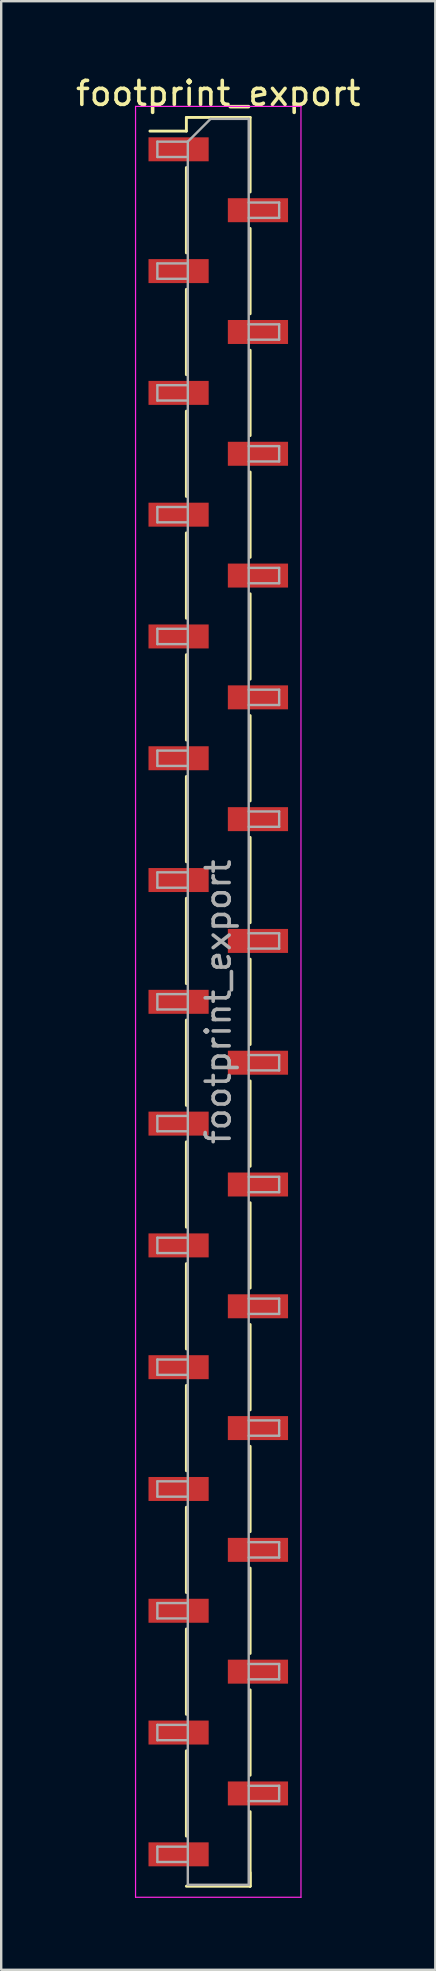
<source format=kicad_pcb>
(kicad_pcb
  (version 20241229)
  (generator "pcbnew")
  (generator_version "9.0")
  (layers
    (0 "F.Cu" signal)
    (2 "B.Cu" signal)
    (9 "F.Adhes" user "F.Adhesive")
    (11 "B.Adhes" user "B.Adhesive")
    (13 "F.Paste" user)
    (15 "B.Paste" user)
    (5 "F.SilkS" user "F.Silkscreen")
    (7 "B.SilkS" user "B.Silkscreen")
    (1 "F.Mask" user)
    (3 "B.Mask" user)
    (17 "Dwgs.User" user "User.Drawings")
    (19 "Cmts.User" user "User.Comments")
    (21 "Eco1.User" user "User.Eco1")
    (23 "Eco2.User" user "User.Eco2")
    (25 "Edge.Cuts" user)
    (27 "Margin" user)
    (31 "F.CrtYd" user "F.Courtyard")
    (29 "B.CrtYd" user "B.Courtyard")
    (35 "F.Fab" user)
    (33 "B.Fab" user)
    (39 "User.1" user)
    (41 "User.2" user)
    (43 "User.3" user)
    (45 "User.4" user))
  (footprint "footprint_export"
    (layer "F.Cu")
    (at 6.054 38.738)
    (property "Reference" "footprint_export" (at 0 -37.89 0) (layer "F.SilkS") (effects (font (size 1 1) (thickness 0.15))))
    (attr smd)
    (fp_line (start -1.33 -36.89) (end -1.33 -36.32) (stroke (width 0.12) (type solid)) (layer "F.SilkS"))
    (fp_line (start -1.33 -36.89) (end 1.33 -36.89) (stroke (width 0.12) (type solid)) (layer "F.SilkS"))
    (fp_line (start -1.33 -36.32) (end -2.85 -36.32) (stroke (width 0.12) (type solid)) (layer "F.SilkS"))
    (fp_line (start -1.33 -34.8) (end -1.33 -31.24) (stroke (width 0.12) (type solid)) (layer "F.SilkS"))
    (fp_line (start -1.33 -29.72) (end -1.33 -26.16) (stroke (width 0.12) (type solid)) (layer "F.SilkS"))
    (fp_line (start -1.33 -24.64) (end -1.33 -21.08) (stroke (width 0.12) (type solid)) (layer "F.SilkS"))
    (fp_line (start -1.33 -19.56) (end -1.33 -16) (stroke (width 0.12) (type solid)) (layer "F.SilkS"))
    (fp_line (start -1.33 -14.48) (end -1.33 -10.92) (stroke (width 0.12) (type solid)) (layer "F.SilkS"))
    (fp_line (start -1.33 -9.4) (end -1.33 -5.84) (stroke (width 0.12) (type solid)) (layer "F.SilkS"))
    (fp_line (start -1.33 -4.32) (end -1.33 -0.76) (stroke (width 0.12) (type solid)) (layer "F.SilkS"))
    (fp_line (start -1.33 0.76) (end -1.33 4.32) (stroke (width 0.12) (type solid)) (layer "F.SilkS"))
    (fp_line (start -1.33 5.84) (end -1.33 9.4) (stroke (width 0.12) (type solid)) (layer "F.SilkS"))
    (fp_line (start -1.33 10.92) (end -1.33 14.48) (stroke (width 0.12) (type solid)) (layer "F.SilkS"))
    (fp_line (start -1.33 16) (end -1.33 19.56) (stroke (width 0.12) (type solid)) (layer "F.SilkS"))
    (fp_line (start -1.33 21.08) (end -1.33 24.64) (stroke (width 0.12) (type solid)) (layer "F.SilkS"))
    (fp_line (start -1.33 26.16) (end -1.33 29.72) (stroke (width 0.12) (type solid)) (layer "F.SilkS"))
    (fp_line (start -1.33 31.24) (end -1.33 34.8) (stroke (width 0.12) (type solid)) (layer "F.SilkS"))
    (fp_line (start -1.33 36.89) (end 1.33 36.89) (stroke (width 0.12) (type solid)) (layer "F.SilkS"))
    (fp_line (start 1.33 -36.89) (end 1.33 -33.78) (stroke (width 0.12) (type solid)) (layer "F.SilkS"))
    (fp_line (start 1.33 -32.26) (end 1.33 -28.7) (stroke (width 0.12) (type solid)) (layer "F.SilkS"))
    (fp_line (start 1.33 -27.18) (end 1.33 -23.62) (stroke (width 0.12) (type solid)) (layer "F.SilkS"))
    (fp_line (start 1.33 -22.1) (end 1.33 -18.54) (stroke (width 0.12) (type solid)) (layer "F.SilkS"))
    (fp_line (start 1.33 -17.02) (end 1.33 -13.46) (stroke (width 0.12) (type solid)) (layer "F.SilkS"))
    (fp_line (start 1.33 -11.94) (end 1.33 -8.38) (stroke (width 0.12) (type solid)) (layer "F.SilkS"))
    (fp_line (start 1.33 -6.86) (end 1.33 -3.3) (stroke (width 0.12) (type solid)) (layer "F.SilkS"))
    (fp_line (start 1.33 -1.78) (end 1.33 1.78) (stroke (width 0.12) (type solid)) (layer "F.SilkS"))
    (fp_line (start 1.33 3.3) (end 1.33 6.86) (stroke (width 0.12) (type solid)) (layer "F.SilkS"))
    (fp_line (start 1.33 8.38) (end 1.33 11.94) (stroke (width 0.12) (type solid)) (layer "F.SilkS"))
    (fp_line (start 1.33 13.46) (end 1.33 17.02) (stroke (width 0.12) (type solid)) (layer "F.SilkS"))
    (fp_line (start 1.33 18.54) (end 1.33 22.1) (stroke (width 0.12) (type solid)) (layer "F.SilkS"))
    (fp_line (start 1.33 23.62) (end 1.33 27.18) (stroke (width 0.12) (type solid)) (layer "F.SilkS"))
    (fp_line (start 1.33 28.7) (end 1.33 32.26) (stroke (width 0.12) (type solid)) (layer "F.SilkS"))
    (fp_line (start 1.33 33.78) (end 1.33 36.89) (stroke (width 0.12) (type solid)) (layer "F.SilkS"))
    (fp_line (start 1.33 36.32) (end 1.33 36.89) (stroke (width 0.12) (type solid)) (layer "F.SilkS"))
    (fp_line (start -3.45 -37.35) (end -3.45 37.35) (stroke (width 0.05) (type solid)) (layer "F.CrtYd"))
    (fp_line (start -3.45 37.35) (end 3.45 37.35) (stroke (width 0.05) (type solid)) (layer "F.CrtYd"))
    (fp_line (start 3.45 -37.35) (end -3.45 -37.35) (stroke (width 0.05) (type solid)) (layer "F.CrtYd"))
    (fp_line (start 3.45 37.35) (end 3.45 -37.35) (stroke (width 0.05) (type solid)) (layer "F.CrtYd"))
    (fp_line (start -2.54 -35.88) (end -2.54 -35.24) (stroke (width 0.1) (type solid)) (layer "F.Fab"))
    (fp_line (start -2.54 -35.24) (end -1.27 -35.24) (stroke (width 0.1) (type solid)) (layer "F.Fab"))
    (fp_line (start -2.54 -30.8) (end -2.54 -30.16) (stroke (width 0.1) (type solid)) (layer "F.Fab"))
    (fp_line (start -2.54 -30.16) (end -1.27 -30.16) (stroke (width 0.1) (type solid)) (layer "F.Fab"))
    (fp_line (start -2.54 -25.72) (end -2.54 -25.08) (stroke (width 0.1) (type solid)) (layer "F.Fab"))
    (fp_line (start -2.54 -25.08) (end -1.27 -25.08) (stroke (width 0.1) (type solid)) (layer "F.Fab"))
    (fp_line (start -2.54 -20.64) (end -2.54 -20) (stroke (width 0.1) (type solid)) (layer "F.Fab"))
    (fp_line (start -2.54 -20) (end -1.27 -20) (stroke (width 0.1) (type solid)) (layer "F.Fab"))
    (fp_line (start -2.54 -15.56) (end -2.54 -14.92) (stroke (width 0.1) (type solid)) (layer "F.Fab"))
    (fp_line (start -2.54 -14.92) (end -1.27 -14.92) (stroke (width 0.1) (type solid)) (layer "F.Fab"))
    (fp_line (start -2.54 -10.48) (end -2.54 -9.84) (stroke (width 0.1) (type solid)) (layer "F.Fab"))
    (fp_line (start -2.54 -9.84) (end -1.27 -9.84) (stroke (width 0.1) (type solid)) (layer "F.Fab"))
    (fp_line (start -2.54 -5.4) (end -2.54 -4.76) (stroke (width 0.1) (type solid)) (layer "F.Fab"))
    (fp_line (start -2.54 -4.76) (end -1.27 -4.76) (stroke (width 0.1) (type solid)) (layer "F.Fab"))
    (fp_line (start -2.54 -0.32) (end -2.54 0.32) (stroke (width 0.1) (type solid)) (layer "F.Fab"))
    (fp_line (start -2.54 0.32) (end -1.27 0.32) (stroke (width 0.1) (type solid)) (layer "F.Fab"))
    (fp_line (start -2.54 4.76) (end -2.54 5.4) (stroke (width 0.1) (type solid)) (layer "F.Fab"))
    (fp_line (start -2.54 5.4) (end -1.27 5.4) (stroke (width 0.1) (type solid)) (layer "F.Fab"))
    (fp_line (start -2.54 9.84) (end -2.54 10.48) (stroke (width 0.1) (type solid)) (layer "F.Fab"))
    (fp_line (start -2.54 10.48) (end -1.27 10.48) (stroke (width 0.1) (type solid)) (layer "F.Fab"))
    (fp_line (start -2.54 14.92) (end -2.54 15.56) (stroke (width 0.1) (type solid)) (layer "F.Fab"))
    (fp_line (start -2.54 15.56) (end -1.27 15.56) (stroke (width 0.1) (type solid)) (layer "F.Fab"))
    (fp_line (start -2.54 20) (end -2.54 20.64) (stroke (width 0.1) (type solid)) (layer "F.Fab"))
    (fp_line (start -2.54 20.64) (end -1.27 20.64) (stroke (width 0.1) (type solid)) (layer "F.Fab"))
    (fp_line (start -2.54 25.08) (end -2.54 25.72) (stroke (width 0.1) (type solid)) (layer "F.Fab"))
    (fp_line (start -2.54 25.72) (end -1.27 25.72) (stroke (width 0.1) (type solid)) (layer "F.Fab"))
    (fp_line (start -2.54 30.16) (end -2.54 30.8) (stroke (width 0.1) (type solid)) (layer "F.Fab"))
    (fp_line (start -2.54 30.8) (end -1.27 30.8) (stroke (width 0.1) (type solid)) (layer "F.Fab"))
    (fp_line (start -2.54 35.24) (end -2.54 35.88) (stroke (width 0.1) (type solid)) (layer "F.Fab"))
    (fp_line (start -2.54 35.88) (end -1.27 35.88) (stroke (width 0.1) (type solid)) (layer "F.Fab"))
    (fp_line (start -1.27 -35.88) (end -2.54 -35.88) (stroke (width 0.1) (type solid)) (layer "F.Fab"))
    (fp_line (start -1.27 -35.88) (end -0.32 -36.83) (stroke (width 0.1) (type solid)) (layer "F.Fab"))
    (fp_line (start -1.27 -30.8) (end -2.54 -30.8) (stroke (width 0.1) (type solid)) (layer "F.Fab"))
    (fp_line (start -1.27 -25.72) (end -2.54 -25.72) (stroke (width 0.1) (type solid)) (layer "F.Fab"))
    (fp_line (start -1.27 -20.64) (end -2.54 -20.64) (stroke (width 0.1) (type solid)) (layer "F.Fab"))
    (fp_line (start -1.27 -15.56) (end -2.54 -15.56) (stroke (width 0.1) (type solid)) (layer "F.Fab"))
    (fp_line (start -1.27 -10.48) (end -2.54 -10.48) (stroke (width 0.1) (type solid)) (layer "F.Fab"))
    (fp_line (start -1.27 -5.4) (end -2.54 -5.4) (stroke (width 0.1) (type solid)) (layer "F.Fab"))
    (fp_line (start -1.27 -0.32) (end -2.54 -0.32) (stroke (width 0.1) (type solid)) (layer "F.Fab"))
    (fp_line (start -1.27 4.76) (end -2.54 4.76) (stroke (width 0.1) (type solid)) (layer "F.Fab"))
    (fp_line (start -1.27 9.84) (end -2.54 9.84) (stroke (width 0.1) (type solid)) (layer "F.Fab"))
    (fp_line (start -1.27 14.92) (end -2.54 14.92) (stroke (width 0.1) (type solid)) (layer "F.Fab"))
    (fp_line (start -1.27 20) (end -2.54 20) (stroke (width 0.1) (type solid)) (layer "F.Fab"))
    (fp_line (start -1.27 25.08) (end -2.54 25.08) (stroke (width 0.1) (type solid)) (layer "F.Fab"))
    (fp_line (start -1.27 30.16) (end -2.54 30.16) (stroke (width 0.1) (type solid)) (layer "F.Fab"))
    (fp_line (start -1.27 35.24) (end -2.54 35.24) (stroke (width 0.1) (type solid)) (layer "F.Fab"))
    (fp_line (start -1.27 36.83) (end -1.27 -35.88) (stroke (width 0.1) (type solid)) (layer "F.Fab"))
    (fp_line (start -0.32 -36.83) (end 1.27 -36.83) (stroke (width 0.1) (type solid)) (layer "F.Fab"))
    (fp_line (start 1.27 -36.83) (end 1.27 36.83) (stroke (width 0.1) (type solid)) (layer "F.Fab"))
    (fp_line (start 1.27 -33.34) (end 2.54 -33.34) (stroke (width 0.1) (type solid)) (layer "F.Fab"))
    (fp_line (start 1.27 -28.26) (end 2.54 -28.26) (stroke (width 0.1) (type solid)) (layer "F.Fab"))
    (fp_line (start 1.27 -23.18) (end 2.54 -23.18) (stroke (width 0.1) (type solid)) (layer "F.Fab"))
    (fp_line (start 1.27 -18.1) (end 2.54 -18.1) (stroke (width 0.1) (type solid)) (layer "F.Fab"))
    (fp_line (start 1.27 -13.02) (end 2.54 -13.02) (stroke (width 0.1) (type solid)) (layer "F.Fab"))
    (fp_line (start 1.27 -7.94) (end 2.54 -7.94) (stroke (width 0.1) (type solid)) (layer "F.Fab"))
    (fp_line (start 1.27 -2.86) (end 2.54 -2.86) (stroke (width 0.1) (type solid)) (layer "F.Fab"))
    (fp_line (start 1.27 2.22) (end 2.54 2.22) (stroke (width 0.1) (type solid)) (layer "F.Fab"))
    (fp_line (start 1.27 7.3) (end 2.54 7.3) (stroke (width 0.1) (type solid)) (layer "F.Fab"))
    (fp_line (start 1.27 12.38) (end 2.54 12.38) (stroke (width 0.1) (type solid)) (layer "F.Fab"))
    (fp_line (start 1.27 17.46) (end 2.54 17.46) (stroke (width 0.1) (type solid)) (layer "F.Fab"))
    (fp_line (start 1.27 22.54) (end 2.54 22.54) (stroke (width 0.1) (type solid)) (layer "F.Fab"))
    (fp_line (start 1.27 27.62) (end 2.54 27.62) (stroke (width 0.1) (type solid)) (layer "F.Fab"))
    (fp_line (start 1.27 32.7) (end 2.54 32.7) (stroke (width 0.1) (type solid)) (layer "F.Fab"))
    (fp_line (start 1.27 36.83) (end -1.27 36.83) (stroke (width 0.1) (type solid)) (layer "F.Fab"))
    (fp_line (start 2.54 -33.34) (end 2.54 -32.7) (stroke (width 0.1) (type solid)) (layer "F.Fab"))
    (fp_line (start 2.54 -32.7) (end 1.27 -32.7) (stroke (width 0.1) (type solid)) (layer "F.Fab"))
    (fp_line (start 2.54 -28.26) (end 2.54 -27.62) (stroke (width 0.1) (type solid)) (layer "F.Fab"))
    (fp_line (start 2.54 -27.62) (end 1.27 -27.62) (stroke (width 0.1) (type solid)) (layer "F.Fab"))
    (fp_line (start 2.54 -23.18) (end 2.54 -22.54) (stroke (width 0.1) (type solid)) (layer "F.Fab"))
    (fp_line (start 2.54 -22.54) (end 1.27 -22.54) (stroke (width 0.1) (type solid)) (layer "F.Fab"))
    (fp_line (start 2.54 -18.1) (end 2.54 -17.46) (stroke (width 0.1) (type solid)) (layer "F.Fab"))
    (fp_line (start 2.54 -17.46) (end 1.27 -17.46) (stroke (width 0.1) (type solid)) (layer "F.Fab"))
    (fp_line (start 2.54 -13.02) (end 2.54 -12.38) (stroke (width 0.1) (type solid)) (layer "F.Fab"))
    (fp_line (start 2.54 -12.38) (end 1.27 -12.38) (stroke (width 0.1) (type solid)) (layer "F.Fab"))
    (fp_line (start 2.54 -7.94) (end 2.54 -7.3) (stroke (width 0.1) (type solid)) (layer "F.Fab"))
    (fp_line (start 2.54 -7.3) (end 1.27 -7.3) (stroke (width 0.1) (type solid)) (layer "F.Fab"))
    (fp_line (start 2.54 -2.86) (end 2.54 -2.22) (stroke (width 0.1) (type solid)) (layer "F.Fab"))
    (fp_line (start 2.54 -2.22) (end 1.27 -2.22) (stroke (width 0.1) (type solid)) (layer "F.Fab"))
    (fp_line (start 2.54 2.22) (end 2.54 2.86) (stroke (width 0.1) (type solid)) (layer "F.Fab"))
    (fp_line (start 2.54 2.86) (end 1.27 2.86) (stroke (width 0.1) (type solid)) (layer "F.Fab"))
    (fp_line (start 2.54 7.3) (end 2.54 7.94) (stroke (width 0.1) (type solid)) (layer "F.Fab"))
    (fp_line (start 2.54 7.94) (end 1.27 7.94) (stroke (width 0.1) (type solid)) (layer "F.Fab"))
    (fp_line (start 2.54 12.38) (end 2.54 13.02) (stroke (width 0.1) (type solid)) (layer "F.Fab"))
    (fp_line (start 2.54 13.02) (end 1.27 13.02) (stroke (width 0.1) (type solid)) (layer "F.Fab"))
    (fp_line (start 2.54 17.46) (end 2.54 18.1) (stroke (width 0.1) (type solid)) (layer "F.Fab"))
    (fp_line (start 2.54 18.1) (end 1.27 18.1) (stroke (width 0.1) (type solid)) (layer "F.Fab"))
    (fp_line (start 2.54 22.54) (end 2.54 23.18) (stroke (width 0.1) (type solid)) (layer "F.Fab"))
    (fp_line (start 2.54 23.18) (end 1.27 23.18) (stroke (width 0.1) (type solid)) (layer "F.Fab"))
    (fp_line (start 2.54 27.62) (end 2.54 28.26) (stroke (width 0.1) (type solid)) (layer "F.Fab"))
    (fp_line (start 2.54 28.26) (end 1.27 28.26) (stroke (width 0.1) (type solid)) (layer "F.Fab"))
    (fp_line (start 2.54 32.7) (end 2.54 33.34) (stroke (width 0.1) (type solid)) (layer "F.Fab"))
    (fp_line (start 2.54 33.34) (end 1.27 33.34) (stroke (width 0.1) (type solid)) (layer "F.Fab"))
    (fp_text user "${REFERENCE}" (at 0 0 90) (layer "F.Fab") (effects (font (size 1 1) (thickness 0.15))))
    (pad "1" smd rect (at -1.655 -35.56) (size 2.51 1) (layers "F.Cu" "F.Mask" "F.Paste"))
    (pad "2" smd rect (at 1.655 -33.02) (size 2.51 1) (layers "F.Cu" "F.Mask" "F.Paste"))
    (pad "3" smd rect (at -1.655 -30.48) (size 2.51 1) (layers "F.Cu" "F.Mask" "F.Paste"))
    (pad "4" smd rect (at 1.655 -27.94) (size 2.51 1) (layers "F.Cu" "F.Mask" "F.Paste"))
    (pad "5" smd rect (at -1.655 -25.4) (size 2.51 1) (layers "F.Cu" "F.Mask" "F.Paste"))
    (pad "6" smd rect (at 1.655 -22.86) (size 2.51 1) (layers "F.Cu" "F.Mask" "F.Paste"))
    (pad "7" smd rect (at -1.655 -20.32) (size 2.51 1) (layers "F.Cu" "F.Mask" "F.Paste"))
    (pad "8" smd rect (at 1.655 -17.78) (size 2.51 1) (layers "F.Cu" "F.Mask" "F.Paste"))
    (pad "9" smd rect (at -1.655 -15.24) (size 2.51 1) (layers "F.Cu" "F.Mask" "F.Paste"))
    (pad "10" smd rect (at 1.655 -12.7) (size 2.51 1) (layers "F.Cu" "F.Mask" "F.Paste"))
    (pad "11" smd rect (at -1.655 -10.16) (size 2.51 1) (layers "F.Cu" "F.Mask" "F.Paste"))
    (pad "12" smd rect (at 1.655 -7.62) (size 2.51 1) (layers "F.Cu" "F.Mask" "F.Paste"))
    (pad "13" smd rect (at -1.655 -5.08) (size 2.51 1) (layers "F.Cu" "F.Mask" "F.Paste"))
    (pad "14" smd rect (at 1.655 -2.54) (size 2.51 1) (layers "F.Cu" "F.Mask" "F.Paste"))
    (pad "15" smd rect (at -1.655 0) (size 2.51 1) (layers "F.Cu" "F.Mask" "F.Paste"))
    (pad "16" smd rect (at 1.655 2.54) (size 2.51 1) (layers "F.Cu" "F.Mask" "F.Paste"))
    (pad "17" smd rect (at -1.655 5.08) (size 2.51 1) (layers "F.Cu" "F.Mask" "F.Paste"))
    (pad "18" smd rect (at 1.655 7.62) (size 2.51 1) (layers "F.Cu" "F.Mask" "F.Paste"))
    (pad "19" smd rect (at -1.655 10.16) (size 2.51 1) (layers "F.Cu" "F.Mask" "F.Paste"))
    (pad "20" smd rect (at 1.655 12.7) (size 2.51 1) (layers "F.Cu" "F.Mask" "F.Paste"))
    (pad "21" smd rect (at -1.655 15.24) (size 2.51 1) (layers "F.Cu" "F.Mask" "F.Paste"))
    (pad "22" smd rect (at 1.655 17.78) (size 2.51 1) (layers "F.Cu" "F.Mask" "F.Paste"))
    (pad "23" smd rect (at -1.655 20.32) (size 2.51 1) (layers "F.Cu" "F.Mask" "F.Paste"))
    (pad "24" smd rect (at 1.655 22.86) (size 2.51 1) (layers "F.Cu" "F.Mask" "F.Paste"))
    (pad "25" smd rect (at -1.655 25.4) (size 2.51 1) (layers "F.Cu" "F.Mask" "F.Paste"))
    (pad "26" smd rect (at 1.655 27.94) (size 2.51 1) (layers "F.Cu" "F.Mask" "F.Paste"))
    (pad "27" smd rect (at -1.655 30.48) (size 2.51 1) (layers "F.Cu" "F.Mask" "F.Paste"))
    (pad "28" smd rect (at 1.655 33.02) (size 2.51 1) (layers "F.Cu" "F.Mask" "F.Paste"))
    (pad "29" smd rect (at -1.655 35.56) (size 2.51 1) (layers "F.Cu" "F.Mask" "F.Paste")))
  (gr_rect
    (start -3 -3)
    (end 15.107 79.113)
    (stroke (width 0.1) (type default))
    (fill no)
    (layer "Edge.Cuts")))
</source>
